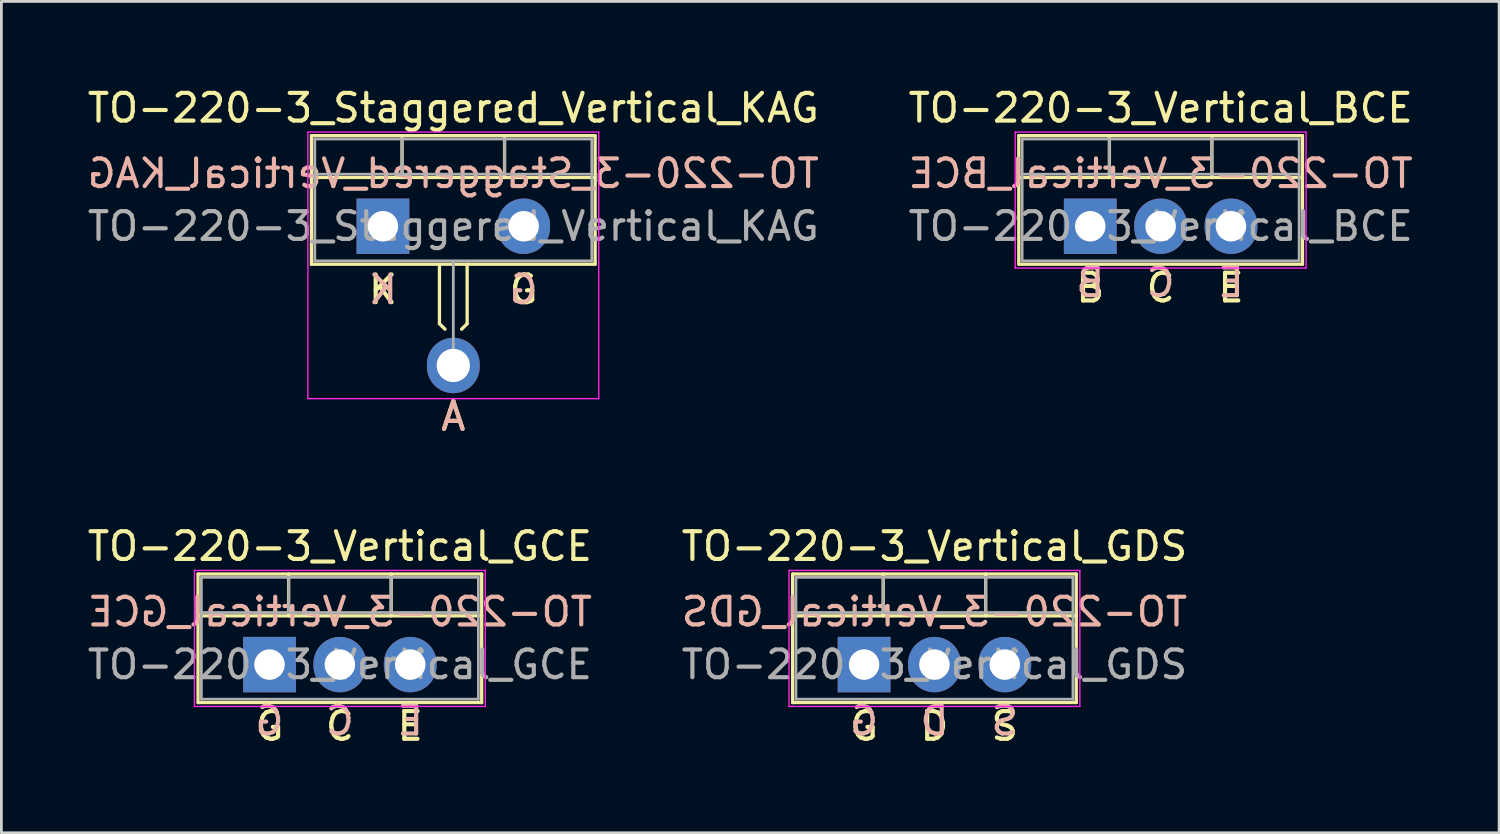
<source format=kicad_pcb>
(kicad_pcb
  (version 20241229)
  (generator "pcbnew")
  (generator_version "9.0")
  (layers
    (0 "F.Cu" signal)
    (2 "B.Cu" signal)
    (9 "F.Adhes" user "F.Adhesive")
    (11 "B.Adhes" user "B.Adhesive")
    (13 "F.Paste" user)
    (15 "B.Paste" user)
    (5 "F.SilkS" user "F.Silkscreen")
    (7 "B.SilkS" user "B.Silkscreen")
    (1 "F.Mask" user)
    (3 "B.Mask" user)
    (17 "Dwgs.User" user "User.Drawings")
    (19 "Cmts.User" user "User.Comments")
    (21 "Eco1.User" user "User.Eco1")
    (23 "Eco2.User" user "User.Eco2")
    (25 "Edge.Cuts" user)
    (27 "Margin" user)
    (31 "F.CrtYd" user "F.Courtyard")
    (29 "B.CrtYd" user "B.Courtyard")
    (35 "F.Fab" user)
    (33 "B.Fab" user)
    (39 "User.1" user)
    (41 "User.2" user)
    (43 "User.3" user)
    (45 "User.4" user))
  (footprint "TO-220-3_Vertical_GDS"
    (layer "F.Cu")
    (at 28.145 20.943)
    (property "Reference" "TO-220-3_Vertical_GDS" (at 2.54 -4.27 0) (layer "F.SilkS") (effects (font (size 1 1) (thickness 0.15))))
    (fp_line (start -2.58 -3.27) (end -2.58 1.371) (stroke (width 0.12) (type solid)) (layer "F.SilkS"))
    (fp_line (start -2.58 -3.27) (end 7.66 -3.27) (stroke (width 0.12) (type solid)) (layer "F.SilkS"))
    (fp_line (start -2.58 -1.76) (end 7.66 -1.76) (stroke (width 0.12) (type solid)) (layer "F.SilkS"))
    (fp_line (start -2.58 1.371) (end 7.66 1.371) (stroke (width 0.12) (type solid)) (layer "F.SilkS"))
    (fp_line (start 0.69 -3.27) (end 0.69 -1.76) (stroke (width 0.12) (type solid)) (layer "F.SilkS"))
    (fp_line (start 4.391 -3.27) (end 4.391 -1.76) (stroke (width 0.12) (type solid)) (layer "F.SilkS"))
    (fp_line (start 7.66 -3.27) (end 7.66 1.371) (stroke (width 0.12) (type solid)) (layer "F.SilkS"))
    (fp_line (start -2.71 -3.4) (end -2.71 1.51) (stroke (width 0.05) (type solid)) (layer "F.CrtYd"))
    (fp_line (start -2.71 1.51) (end 7.79 1.51) (stroke (width 0.05) (type solid)) (layer "F.CrtYd"))
    (fp_line (start 7.79 -3.4) (end -2.71 -3.4) (stroke (width 0.05) (type solid)) (layer "F.CrtYd"))
    (fp_line (start 7.79 1.51) (end 7.79 -3.4) (stroke (width 0.05) (type solid)) (layer "F.CrtYd"))
    (fp_line (start -2.46 -3.15) (end -2.46 1.25) (stroke (width 0.1) (type solid)) (layer "F.Fab"))
    (fp_line (start -2.46 -1.88) (end 7.54 -1.88) (stroke (width 0.1) (type solid)) (layer "F.Fab"))
    (fp_line (start -2.46 1.25) (end 7.54 1.25) (stroke (width 0.1) (type solid)) (layer "F.Fab"))
    (fp_line (start 0.69 -3.15) (end 0.69 -1.88) (stroke (width 0.1) (type solid)) (layer "F.Fab"))
    (fp_line (start 4.39 -3.15) (end 4.39 -1.88) (stroke (width 0.1) (type solid)) (layer "F.Fab"))
    (fp_line (start 7.54 -3.15) (end -2.46 -3.15) (stroke (width 0.1) (type solid)) (layer "F.Fab"))
    (fp_line (start 7.54 1.25) (end 7.54 -3.15) (stroke (width 0.1) (type solid)) (layer "F.Fab"))
    (fp_text user "D" (at 2.54 2.223 0) (unlocked yes) (layer "F.SilkS") (effects (font (size 1 1) (thickness 0.15))))
    (fp_text user "G" (at 0 2.223 0) (unlocked yes) (layer "F.SilkS") (effects (font (size 1 1) (thickness 0.15))))
    (fp_text user "S" (at 5.08 2.223 0) (unlocked yes) (layer "F.SilkS") (effects (font (size 1 1) (thickness 0.15))))
    (fp_text user "${REFERENCE}" (at 2.54 -1.905 0) (layer "B.SilkS") (effects (font (size 1 1) (thickness 0.15)) (justify mirror)))
    (fp_text user "G" (at 0 2.032 0) (unlocked yes) (layer "B.SilkS") (effects (font (size 1 1) (thickness 0.15)) (justify mirror)))
    (fp_text user "S" (at 5.08 2.032 0) (unlocked yes) (layer "B.SilkS") (effects (font (size 1 1) (thickness 0.15)) (justify mirror)))
    (fp_text user "D" (at 2.54 2.032 0) (unlocked yes) (layer "B.SilkS") (effects (font (size 1 1) (thickness 0.15)) (justify mirror)))
    (fp_text user "${REFERENCE}" (at 2.54 0 0) (layer "F.Fab") (effects (font (size 1 1) (thickness 0.15))))
    (pad "1" thru_hole rect (at 0 0) (size 1.905 2) (drill 1.1) (layers "*.Cu" "*.Mask"))
    (pad "2" thru_hole oval (at 2.54 0) (size 1.905 2) (drill 1.1) (layers "*.Cu" "*.Mask"))
    (pad "3" thru_hole oval (at 5.08 0) (size 1.905 2) (drill 1.1) (layers "*.Cu" "*.Mask")))
  (footprint "TO-220-3_Vertical_GCE"
    (layer "F.Cu")
    (at 6.68 20.943)
    (property "Reference" "TO-220-3_Vertical_GCE" (at 2.54 -4.27 0) (layer "F.SilkS") (effects (font (size 1 1) (thickness 0.15))))
    (fp_line (start -2.58 -3.27) (end -2.58 1.371) (stroke (width 0.12) (type solid)) (layer "F.SilkS"))
    (fp_line (start -2.58 -3.27) (end 7.66 -3.27) (stroke (width 0.12) (type solid)) (layer "F.SilkS"))
    (fp_line (start -2.58 -1.76) (end 7.66 -1.76) (stroke (width 0.12) (type solid)) (layer "F.SilkS"))
    (fp_line (start -2.58 1.371) (end 7.66 1.371) (stroke (width 0.12) (type solid)) (layer "F.SilkS"))
    (fp_line (start 0.69 -3.27) (end 0.69 -1.76) (stroke (width 0.12) (type solid)) (layer "F.SilkS"))
    (fp_line (start 4.391 -3.27) (end 4.391 -1.76) (stroke (width 0.12) (type solid)) (layer "F.SilkS"))
    (fp_line (start 7.66 -3.27) (end 7.66 1.371) (stroke (width 0.12) (type solid)) (layer "F.SilkS"))
    (fp_line (start -2.71 -3.4) (end -2.71 1.51) (stroke (width 0.05) (type solid)) (layer "F.CrtYd"))
    (fp_line (start -2.71 1.51) (end 7.79 1.51) (stroke (width 0.05) (type solid)) (layer "F.CrtYd"))
    (fp_line (start 7.79 -3.4) (end -2.71 -3.4) (stroke (width 0.05) (type solid)) (layer "F.CrtYd"))
    (fp_line (start 7.79 1.51) (end 7.79 -3.4) (stroke (width 0.05) (type solid)) (layer "F.CrtYd"))
    (fp_line (start -2.46 -3.15) (end -2.46 1.25) (stroke (width 0.1) (type solid)) (layer "F.Fab"))
    (fp_line (start -2.46 -1.88) (end 7.54 -1.88) (stroke (width 0.1) (type solid)) (layer "F.Fab"))
    (fp_line (start -2.46 1.25) (end 7.54 1.25) (stroke (width 0.1) (type solid)) (layer "F.Fab"))
    (fp_line (start 0.69 -3.15) (end 0.69 -1.88) (stroke (width 0.1) (type solid)) (layer "F.Fab"))
    (fp_line (start 4.39 -3.15) (end 4.39 -1.88) (stroke (width 0.1) (type solid)) (layer "F.Fab"))
    (fp_line (start 7.54 -3.15) (end -2.46 -3.15) (stroke (width 0.1) (type solid)) (layer "F.Fab"))
    (fp_line (start 7.54 1.25) (end 7.54 -3.15) (stroke (width 0.1) (type solid)) (layer "F.Fab"))
    (fp_text user "C" (at 2.54 2.223 0) (unlocked yes) (layer "F.SilkS") (effects (font (size 1 1) (thickness 0.15))))
    (fp_text user "G" (at 0 2.223 0) (unlocked yes) (layer "F.SilkS") (effects (font (size 1 1) (thickness 0.15))))
    (fp_text user "E" (at 5.08 2.223 0) (unlocked yes) (layer "F.SilkS") (effects (font (size 1 1) (thickness 0.15))))
    (fp_text user "E" (at 5.08 2.032 0) (unlocked yes) (layer "B.SilkS") (effects (font (size 1 1) (thickness 0.15)) (justify mirror)))
    (fp_text user "C" (at 2.54 2.032 0) (unlocked yes) (layer "B.SilkS") (effects (font (size 1 1) (thickness 0.15)) (justify mirror)))
    (fp_text user "G" (at 0 2.032 0) (unlocked yes) (layer "B.SilkS") (effects (font (size 1 1) (thickness 0.15)) (justify mirror)))
    (fp_text user "${REFERENCE}" (at 2.54 -1.905 0) (layer "B.SilkS") (effects (font (size 1 1) (thickness 0.15)) (justify mirror)))
    (fp_text user "${REFERENCE}" (at 2.54 0 0) (layer "F.Fab") (effects (font (size 1 1) (thickness 0.15))))
    (pad "1" thru_hole rect (at 0 0) (size 1.905 2) (drill 1.1) (layers "*.Cu" "*.Mask"))
    (pad "2" thru_hole oval (at 2.54 0) (size 1.905 2) (drill 1.1) (layers "*.Cu" "*.Mask"))
    (pad "3" thru_hole oval (at 5.08 0) (size 1.905 2) (drill 1.1) (layers "*.Cu" "*.Mask")))
  (footprint "TO-220-3_Staggered_Vertical_KAG"
    (layer "F.Cu")
    (at 10.775 5.118)
    (property "Reference" "TO-220-3_Staggered_Vertical_KAG" (at 2.54 -4.27 0) (layer "F.SilkS") (effects (font (size 1 1) (thickness 0.15))))
    (fp_line (start -2.58 -3.27) (end -2.58 1.371) (stroke (width 0.12) (type solid)) (layer "F.SilkS"))
    (fp_line (start -2.58 -3.27) (end 7.66 -3.27) (stroke (width 0.12) (type solid)) (layer "F.SilkS"))
    (fp_line (start -2.58 -1.76) (end 7.66 -1.76) (stroke (width 0.12) (type solid)) (layer "F.SilkS"))
    (fp_line (start -2.58 1.371) (end 3.048 1.371) (stroke (width 0.12) (type solid)) (layer "F.SilkS"))
    (fp_line (start 0.69 -3.27) (end 0.69 -1.76) (stroke (width 0.12) (type solid)) (layer "F.SilkS"))
    (fp_line (start 2.04 1.417) (end 2.04 3.517) (stroke (width 0.12) (type solid)) (layer "F.SilkS"))
    (fp_line (start 2.04 3.517) (end 2.24 3.716) (stroke (width 0.12) (type solid)) (layer "F.SilkS"))
    (fp_line (start 3.04 1.417) (end 3.04 3.517) (stroke (width 0.12) (type solid)) (layer "F.SilkS"))
    (fp_line (start 3.04 3.517) (end 2.84 3.716) (stroke (width 0.12) (type solid)) (layer "F.SilkS"))
    (fp_line (start 4.391 -3.27) (end 4.391 -1.76) (stroke (width 0.12) (type solid)) (layer "F.SilkS"))
    (fp_line (start 7.66 -3.27) (end 7.66 1.371) (stroke (width 0.12) (type solid)) (layer "F.SilkS"))
    (fp_line (start 7.66 1.371) (end 3.048 1.371) (stroke (width 0.12) (type solid)) (layer "F.SilkS"))
    (fp_line (start -2.71 -3.4) (end -2.71 6.223) (stroke (width 0.05) (type solid)) (layer "F.CrtYd"))
    (fp_line (start -2.71 6.223) (end 7.79 6.223) (stroke (width 0.05) (type solid)) (layer "F.CrtYd"))
    (fp_line (start 7.79 -3.4) (end -2.71 -3.4) (stroke (width 0.05) (type solid)) (layer "F.CrtYd"))
    (fp_line (start 7.79 6.223) (end 7.79 -3.4) (stroke (width 0.05) (type solid)) (layer "F.CrtYd"))
    (fp_line (start -2.46 -3.15) (end -2.46 1.25) (stroke (width 0.1) (type solid)) (layer "F.Fab"))
    (fp_line (start -2.46 -1.88) (end 7.54 -1.88) (stroke (width 0.1) (type solid)) (layer "F.Fab"))
    (fp_line (start -2.46 1.25) (end 7.54 1.25) (stroke (width 0.1) (type solid)) (layer "F.Fab"))
    (fp_line (start 0.69 -3.15) (end 0.69 -1.88) (stroke (width 0.1) (type solid)) (layer "F.Fab"))
    (fp_line (start 2.54 5.08) (end 2.54 1.27) (stroke (width 0.1) (type solid)) (layer "F.Fab"))
    (fp_line (start 4.39 -3.15) (end 4.39 -1.88) (stroke (width 0.1) (type solid)) (layer "F.Fab"))
    (fp_line (start 7.54 -3.15) (end -2.46 -3.15) (stroke (width 0.1) (type solid)) (layer "F.Fab"))
    (fp_line (start 7.54 1.25) (end 7.54 -3.15) (stroke (width 0.1) (type solid)) (layer "F.Fab"))
    (fp_text user "G" (at 5.08 2.286 0) (unlocked yes) (layer "F.SilkS") (effects (font (size 1 1) (thickness 0.15))))
    (fp_text user "K" (at 0 2.286 0) (unlocked yes) (layer "F.SilkS") (effects (font (size 1 1) (thickness 0.15))))
    (fp_text user "A" (at 2.54 6.858 0) (unlocked yes) (layer "F.SilkS") (effects (font (size 1 1) (thickness 0.15))))
    (fp_text user "${REFERENCE}" (at 2.54 -1.905 0) (layer "B.SilkS") (effects (font (size 1 1) (thickness 0.15)) (justify mirror)))
    (fp_text user "A" (at 2.54 6.858 0) (unlocked yes) (layer "B.SilkS") (effects (font (size 1 1) (thickness 0.15)) (justify mirror)))
    (fp_text user "K" (at 0 2.286 0) (unlocked yes) (layer "B.SilkS") (effects (font (size 1 1) (thickness 0.15)) (justify mirror)))
    (fp_text user "G" (at 5.08 2.286 0) (unlocked yes) (layer "B.SilkS") (effects (font (size 1 1) (thickness 0.15)) (justify mirror)))
    (fp_text user "${REFERENCE}" (at 2.54 0 0) (layer "F.Fab") (effects (font (size 1 1) (thickness 0.15))))
    (pad "1" thru_hole rect (at 0 0) (size 1.905 2) (drill 1.1) (layers "*.Cu" "*.Mask"))
    (pad "2" thru_hole oval (at 2.54 5.026) (size 1.905 2) (drill 1.2) (layers "*.Cu" "*.Mask"))
    (pad "3" thru_hole oval (at 5.08 0) (size 1.905 2) (drill 1.1) (layers "*.Cu" "*.Mask")))
  (footprint "TO-220-3_Vertical_BCE"
    (layer "F.Cu")
    (at 36.311 5.118)
    (property "Reference" "TO-220-3_Vertical_BCE" (at 2.54 -4.27 0) (layer "F.SilkS") (effects (font (size 1 1) (thickness 0.15))))
    (fp_line (start -2.58 -3.27) (end -2.58 1.371) (stroke (width 0.12) (type solid)) (layer "F.SilkS"))
    (fp_line (start -2.58 -3.27) (end 7.66 -3.27) (stroke (width 0.12) (type solid)) (layer "F.SilkS"))
    (fp_line (start -2.58 -1.76) (end 7.66 -1.76) (stroke (width 0.12) (type solid)) (layer "F.SilkS"))
    (fp_line (start -2.58 1.371) (end 7.66 1.371) (stroke (width 0.12) (type solid)) (layer "F.SilkS"))
    (fp_line (start 0.69 -3.27) (end 0.69 -1.76) (stroke (width 0.12) (type solid)) (layer "F.SilkS"))
    (fp_line (start 4.391 -3.27) (end 4.391 -1.76) (stroke (width 0.12) (type solid)) (layer "F.SilkS"))
    (fp_line (start 7.66 -3.27) (end 7.66 1.371) (stroke (width 0.12) (type solid)) (layer "F.SilkS"))
    (fp_line (start -2.71 -3.4) (end -2.71 1.51) (stroke (width 0.05) (type solid)) (layer "F.CrtYd"))
    (fp_line (start -2.71 1.51) (end 7.79 1.51) (stroke (width 0.05) (type solid)) (layer "F.CrtYd"))
    (fp_line (start 7.79 -3.4) (end -2.71 -3.4) (stroke (width 0.05) (type solid)) (layer "F.CrtYd"))
    (fp_line (start 7.79 1.51) (end 7.79 -3.4) (stroke (width 0.05) (type solid)) (layer "F.CrtYd"))
    (fp_line (start -2.46 -3.15) (end -2.46 1.25) (stroke (width 0.1) (type solid)) (layer "F.Fab"))
    (fp_line (start -2.46 -1.88) (end 7.54 -1.88) (stroke (width 0.1) (type solid)) (layer "F.Fab"))
    (fp_line (start -2.46 1.25) (end 7.54 1.25) (stroke (width 0.1) (type solid)) (layer "F.Fab"))
    (fp_line (start 0.69 -3.15) (end 0.69 -1.88) (stroke (width 0.1) (type solid)) (layer "F.Fab"))
    (fp_line (start 4.39 -3.15) (end 4.39 -1.88) (stroke (width 0.1) (type solid)) (layer "F.Fab"))
    (fp_line (start 7.54 -3.15) (end -2.46 -3.15) (stroke (width 0.1) (type solid)) (layer "F.Fab"))
    (fp_line (start 7.54 1.25) (end 7.54 -3.15) (stroke (width 0.1) (type solid)) (layer "F.Fab"))
    (fp_text user "B" (at 0 2.223 0) (unlocked yes) (layer "F.SilkS") (effects (font (size 1 1) (thickness 0.15))))
    (fp_text user "E" (at 5.08 2.223 0) (unlocked yes) (layer "F.SilkS") (effects (font (size 1 1) (thickness 0.15))))
    (fp_text user "C" (at 2.54 2.223 0) (unlocked yes) (layer "F.SilkS") (effects (font (size 1 1) (thickness 0.15))))
    (fp_text user "E" (at 5.08 2.032 0) (unlocked yes) (layer "B.SilkS") (effects (font (size 1 1) (thickness 0.15)) (justify mirror)))
    (fp_text user "B" (at 0 2.032 0) (unlocked yes) (layer "B.SilkS") (effects (font (size 1 1) (thickness 0.15)) (justify mirror)))
    (fp_text user "C" (at 2.54 2.032 0) (unlocked yes) (layer "B.SilkS") (effects (font (size 1 1) (thickness 0.15)) (justify mirror)))
    (fp_text user "${REFERENCE}" (at 2.54 -1.905 0) (layer "B.SilkS") (effects (font (size 1 1) (thickness 0.15)) (justify mirror)))
    (fp_text user "${REFERENCE}" (at 2.54 0 0) (layer "F.Fab") (effects (font (size 1 1) (thickness 0.15))))
    (pad "1" thru_hole rect (at 0 0) (size 1.905 2) (drill 1.1) (layers "*.Cu" "*.Mask"))
    (pad "2" thru_hole oval (at 2.54 0) (size 1.905 2) (drill 1.1) (layers "*.Cu" "*.Mask"))
    (pad "3" thru_hole oval (at 5.08 0) (size 1.905 2) (drill 1.1) (layers "*.Cu" "*.Mask")))
  (gr_rect
    (start -3 -3)
    (end 51.071 27.014)
    (stroke (width 0.1) (type default))
    (fill no)
    (layer "Edge.Cuts")))
</source>
